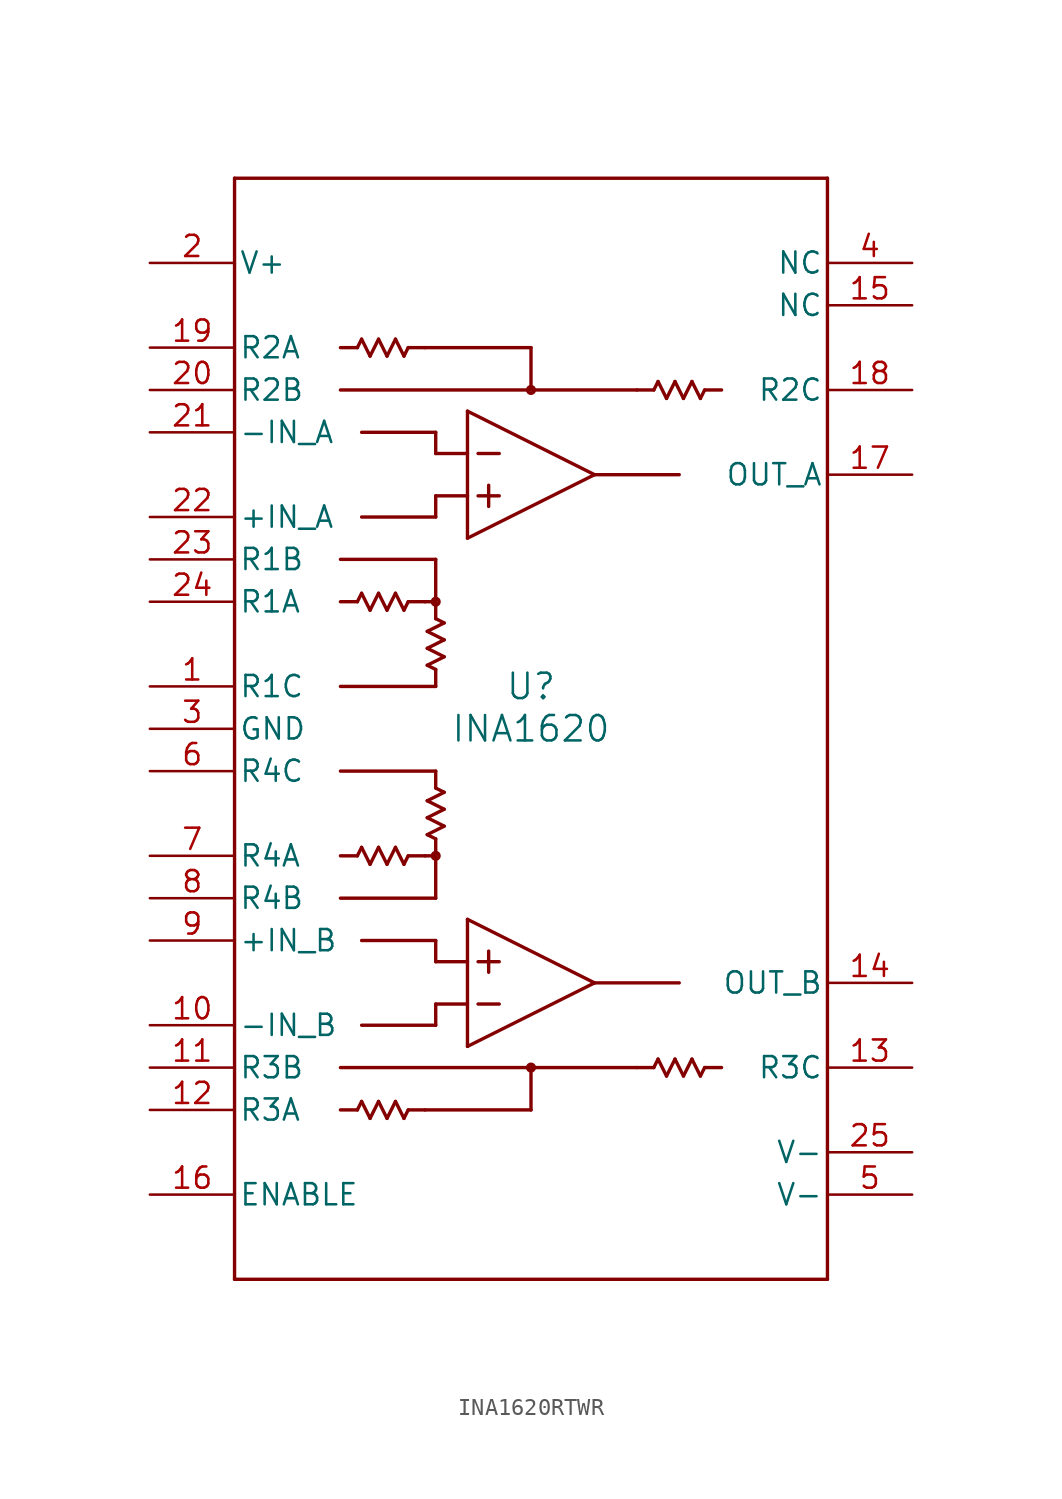
<source format=kicad_sym>
(kicad_symbol_lib
  (version 20241209)
  (generator "kicad_symbol_editor")
  (generator_version "9.0")
  (symbol "INA1620RTWR"
    (pin_names
      (offset 0.254))
    (property "Reference" "U"
      (at 0 2.54 0)
      (effects (font (size 1.524 1.524))))
    (property "Value" "INA1620"
      (at 0 0 0)
      (effects (font (size 1.524 1.524))))
    (symbol "INA1620RTWR_0_1"
      (polyline (pts (xy -17.78 33.02) (xy -17.78 -33.02)) (stroke (width 0.203) (type default)) (fill (type none)))
      (polyline (pts (xy -17.78 -33.02) (xy 17.78 -33.02)) (stroke (width 0.203) (type default)) (fill (type none)))
      (polyline (pts (xy -11.43 20.32) (xy 6.35 20.32)) (stroke (width 0.203) (type default)) (fill (type none)))
      (polyline (pts (xy -11.43 10.16) (xy -5.715 10.16)) (stroke (width 0.203) (type default)) (fill (type none)))
      (polyline (pts (xy -11.43 -10.16) (xy -5.715 -10.16)) (stroke (width 0.203) (type default)) (fill (type none)))
      (polyline (pts (xy -11.43 -20.32) (xy 6.35 -20.32)) (stroke (width 0.203) (type default)) (fill (type none)))
      (polyline (pts (xy -10.414 22.86) (xy -11.43 22.86)) (stroke (width 0.203) (type default)) (fill (type none)))
      (polyline (pts (xy -10.414 7.62) (xy -11.43 7.62)) (stroke (width 0.203) (type default)) (fill (type none)))
      (polyline (pts (xy -10.414 -7.62) (xy -11.43 -7.62)) (stroke (width 0.203) (type default)) (fill (type none)))
      (polyline (pts (xy -10.414 -22.86) (xy -11.43 -22.86)) (stroke (width 0.203) (type default)) (fill (type none)))
      (polyline (pts (xy -10.16 23.368) (xy -10.414 22.86)) (stroke (width 0.203) (type default)) (fill (type none)))
      (polyline (pts (xy -10.16 17.78) (xy -5.715 17.78)) (stroke (width 0.203) (type default)) (fill (type none)))
      (polyline (pts (xy -10.16 12.7) (xy -5.715 12.7)) (stroke (width 0.203) (type default)) (fill (type none)))
      (polyline (pts (xy -10.16 8.128) (xy -10.414 7.62)) (stroke (width 0.203) (type default)) (fill (type none)))
      (polyline (pts (xy -10.16 -7.112) (xy -10.414 -7.62)) (stroke (width 0.203) (type default)) (fill (type none)))
      (polyline (pts (xy -10.16 -12.7) (xy -5.715 -12.7)) (stroke (width 0.203) (type default)) (fill (type none)))
      (polyline (pts (xy -10.16 -17.78) (xy -5.715 -17.78)) (stroke (width 0.203) (type default)) (fill (type none)))
      (polyline (pts (xy -10.16 -22.352) (xy -10.414 -22.86)) (stroke (width 0.203) (type default)) (fill (type none)))
      (polyline (pts (xy -9.652 22.352) (xy -10.16 23.368)) (stroke (width 0.203) (type default)) (fill (type none)))
      (polyline (pts (xy -9.652 7.112) (xy -10.16 8.128)) (stroke (width 0.203) (type default)) (fill (type none)))
      (polyline (pts (xy -9.652 -8.128) (xy -10.16 -7.112)) (stroke (width 0.203) (type default)) (fill (type none)))
      (polyline (pts (xy -9.652 -23.368) (xy -10.16 -22.352)) (stroke (width 0.203) (type default)) (fill (type none)))
      (polyline (pts (xy -9.144 23.368) (xy -9.652 22.352)) (stroke (width 0.203) (type default)) (fill (type none)))
      (polyline (pts (xy -9.144 8.128) (xy -9.652 7.112)) (stroke (width 0.203) (type default)) (fill (type none)))
      (polyline (pts (xy -9.144 -7.112) (xy -9.652 -8.128)) (stroke (width 0.203) (type default)) (fill (type none)))
      (polyline (pts (xy -9.144 -22.352) (xy -9.652 -23.368)) (stroke (width 0.203) (type default)) (fill (type none)))
      (polyline (pts (xy -8.636 22.352) (xy -9.144 23.368)) (stroke (width 0.203) (type default)) (fill (type none)))
      (polyline (pts (xy -8.636 7.112) (xy -9.144 8.128)) (stroke (width 0.203) (type default)) (fill (type none)))
      (polyline (pts (xy -8.636 -8.128) (xy -9.144 -7.112)) (stroke (width 0.203) (type default)) (fill (type none)))
      (polyline (pts (xy -8.636 -23.368) (xy -9.144 -22.352)) (stroke (width 0.203) (type default)) (fill (type none)))
      (polyline (pts (xy -8.128 23.368) (xy -8.636 22.352)) (stroke (width 0.203) (type default)) (fill (type none)))
      (polyline (pts (xy -8.128 8.128) (xy -8.636 7.112)) (stroke (width 0.203) (type default)) (fill (type none)))
      (polyline (pts (xy -8.128 -7.112) (xy -8.636 -8.128)) (stroke (width 0.203) (type default)) (fill (type none)))
      (polyline (pts (xy -8.128 -22.352) (xy -8.636 -23.368)) (stroke (width 0.203) (type default)) (fill (type none)))
      (polyline (pts (xy -7.62 22.352) (xy -8.128 23.368)) (stroke (width 0.203) (type default)) (fill (type none)))
      (polyline (pts (xy -7.62 7.112) (xy -8.128 8.128)) (stroke (width 0.203) (type default)) (fill (type none)))
      (polyline (pts (xy -7.62 -8.128) (xy -8.128 -7.112)) (stroke (width 0.203) (type default)) (fill (type none)))
      (polyline (pts (xy -7.62 -23.368) (xy -8.128 -22.352)) (stroke (width 0.203) (type default)) (fill (type none)))
      (polyline (pts (xy -7.366 22.86) (xy -7.62 22.352)) (stroke (width 0.203) (type default)) (fill (type none)))
      (polyline (pts (xy -7.366 7.62) (xy -7.62 7.112)) (stroke (width 0.203) (type default)) (fill (type none)))
      (polyline (pts (xy -7.366 -7.62) (xy -7.62 -8.128)) (stroke (width 0.203) (type default)) (fill (type none)))
      (polyline (pts (xy -7.366 -22.86) (xy -7.62 -23.368)) (stroke (width 0.203) (type default)) (fill (type none)))
      (polyline (pts (xy -6.35 22.86) (xy -7.366 22.86)) (stroke (width 0.203) (type default)) (fill (type none)))
      (polyline (pts (xy -6.35 22.86) (xy 0 22.86)) (stroke (width 0.203) (type default)) (fill (type none)))
      (polyline (pts (xy -6.35 7.62) (xy -7.366 7.62)) (stroke (width 0.203) (type default)) (fill (type none)))
      (polyline (pts (xy -6.35 7.62) (xy -5.715 7.62)) (stroke (width 0.203) (type default)) (fill (type none)))
      (polyline (pts (xy -6.35 -7.62) (xy -7.366 -7.62)) (stroke (width 0.203) (type default)) (fill (type none)))
      (polyline (pts (xy -6.35 -7.62) (xy -5.715 -7.62)) (stroke (width 0.203) (type default)) (fill (type none)))
      (polyline (pts (xy -6.35 -22.86) (xy -7.366 -22.86)) (stroke (width 0.203) (type default)) (fill (type none)))
      (polyline (pts (xy -6.35 -22.86) (xy 0 -22.86)) (stroke (width 0.203) (type default)) (fill (type none)))
      (polyline (pts (xy -6.223 5.842) (xy -5.207 5.334)) (stroke (width 0.203) (type default)) (fill (type none)))
      (polyline (pts (xy -6.223 4.826) (xy -5.207 4.318)) (stroke (width 0.203) (type default)) (fill (type none)))
      (polyline (pts (xy -6.223 3.81) (xy -5.715 3.556)) (stroke (width 0.203) (type default)) (fill (type none)))
      (polyline (pts (xy -6.223 -4.318) (xy -5.207 -4.826)) (stroke (width 0.203) (type default)) (fill (type none)))
      (polyline (pts (xy -6.223 -5.334) (xy -5.207 -5.842)) (stroke (width 0.203) (type default)) (fill (type none)))
      (polyline (pts (xy -6.223 -6.35) (xy -5.715 -6.604)) (stroke (width 0.203) (type default)) (fill (type none)))
      (polyline (pts (xy -5.715 17.78) (xy -5.715 16.51)) (stroke (width 0.203) (type default)) (fill (type none)))
      (polyline (pts (xy -5.715 16.51) (xy -3.81 16.51)) (stroke (width 0.203) (type default)) (fill (type none)))
      (polyline (pts (xy -5.715 13.97) (xy -3.81 13.97)) (stroke (width 0.203) (type default)) (fill (type none)))
      (polyline (pts (xy -5.715 12.7) (xy -5.715 13.97)) (stroke (width 0.203) (type default)) (fill (type none)))
      (polyline (pts (xy -5.715 10.16) (xy -5.715 7.62)) (stroke (width 0.203) (type default)) (fill (type none)))
      (circle (center -5.715 7.62) (radius 0.203) (stroke (width 0.203) (type default)) (fill (type none)))
      (polyline (pts (xy -5.715 7.62) (xy -5.715 6.604)) (stroke (width 0.203) (type default)) (fill (type none)))
      (polyline (pts (xy -5.715 6.604) (xy -5.207 6.35)) (stroke (width 0.203) (type default)) (fill (type none)))
      (polyline (pts (xy -5.715 3.556) (xy -5.715 2.54)) (stroke (width 0.203) (type default)) (fill (type none)))
      (polyline (pts (xy -5.715 2.54) (xy -11.43 2.54)) (stroke (width 0.203) (type default)) (fill (type none)))
      (polyline (pts (xy -5.715 -2.54) (xy -11.43 -2.54)) (stroke (width 0.203) (type default)) (fill (type none)))
      (polyline (pts (xy -5.715 -2.54) (xy -5.715 -3.556)) (stroke (width 0.203) (type default)) (fill (type none)))
      (polyline (pts (xy -5.715 -3.556) (xy -5.207 -3.81)) (stroke (width 0.203) (type default)) (fill (type none)))
      (polyline (pts (xy -5.715 -6.604) (xy -5.715 -7.62)) (stroke (width 0.203) (type default)) (fill (type none)))
      (circle (center -5.715 -7.62) (radius 0.203) (stroke (width 0.203) (type default)) (fill (type none)))
      (polyline (pts (xy -5.715 -10.16) (xy -5.715 -7.62)) (stroke (width 0.203) (type default)) (fill (type none)))
      (polyline (pts (xy -5.715 -12.7) (xy -5.715 -13.97)) (stroke (width 0.203) (type default)) (fill (type none)))
      (polyline (pts (xy -5.715 -13.97) (xy -3.81 -13.97)) (stroke (width 0.203) (type default)) (fill (type none)))
      (polyline (pts (xy -5.715 -16.51) (xy -3.81 -16.51)) (stroke (width 0.203) (type default)) (fill (type none)))
      (polyline (pts (xy -5.715 -17.78) (xy -5.715 -16.51)) (stroke (width 0.203) (type default)) (fill (type none)))
      (polyline (pts (xy -5.207 6.35) (xy -6.223 5.842)) (stroke (width 0.203) (type default)) (fill (type none)))
      (polyline (pts (xy -5.207 5.334) (xy -6.223 4.826)) (stroke (width 0.203) (type default)) (fill (type none)))
      (polyline (pts (xy -5.207 4.318) (xy -6.223 3.81)) (stroke (width 0.203) (type default)) (fill (type none)))
      (polyline (pts (xy -5.207 -3.81) (xy -6.223 -4.318)) (stroke (width 0.203) (type default)) (fill (type none)))
      (polyline (pts (xy -5.207 -4.826) (xy -6.223 -5.334)) (stroke (width 0.203) (type default)) (fill (type none)))
      (polyline (pts (xy -5.207 -5.842) (xy -6.223 -6.35)) (stroke (width 0.203) (type default)) (fill (type none)))
      (polyline (pts (xy -3.81 19.05) (xy -3.81 11.43)) (stroke (width 0.203) (type default)) (fill (type none)))
      (polyline (pts (xy -3.81 11.43) (xy 3.81 15.24)) (stroke (width 0.203) (type default)) (fill (type none)))
      (polyline (pts (xy -3.81 -11.43) (xy 3.81 -15.24)) (stroke (width 0.203) (type default)) (fill (type none)))
      (polyline (pts (xy -3.81 -19.05) (xy -3.81 -11.43)) (stroke (width 0.203) (type default)) (fill (type none)))
      (polyline (pts (xy -3.175 16.51) (xy -1.905 16.51)) (stroke (width 0.203) (type default)) (fill (type none)))
      (polyline (pts (xy -3.175 13.97) (xy -1.905 13.97)) (stroke (width 0.203) (type default)) (fill (type none)))
      (polyline (pts (xy -3.175 -13.97) (xy -1.905 -13.97)) (stroke (width 0.203) (type default)) (fill (type none)))
      (polyline (pts (xy -3.175 -16.51) (xy -1.905 -16.51)) (stroke (width 0.203) (type default)) (fill (type none)))
      (polyline (pts (xy -2.54 14.605) (xy -2.54 13.335)) (stroke (width 0.203) (type default)) (fill (type none)))
      (polyline (pts (xy -2.54 -14.605) (xy -2.54 -13.335)) (stroke (width 0.203) (type default)) (fill (type none)))
      (polyline (pts (xy 0 22.86) (xy 0 20.32)) (stroke (width 0.203) (type default)) (fill (type none)))
      (circle (center 0 20.32) (radius 0.203) (stroke (width 0.203) (type default)) (fill (type none)))
      (circle (center 0 -20.32) (radius 0.203) (stroke (width 0.203) (type default)) (fill (type none)))
      (polyline (pts (xy 0 -22.86) (xy 0 -20.32)) (stroke (width 0.203) (type default)) (fill (type none)))
      (polyline (pts (xy 3.81 15.24) (xy -3.81 19.05)) (stroke (width 0.203) (type default)) (fill (type none)))
      (polyline (pts (xy 3.81 15.24) (xy 8.89 15.24)) (stroke (width 0.203) (type default)) (fill (type none)))
      (polyline (pts (xy 3.81 -15.24) (xy -3.81 -19.05)) (stroke (width 0.203) (type default)) (fill (type none)))
      (polyline (pts (xy 3.81 -15.24) (xy 8.89 -15.24)) (stroke (width 0.203) (type default)) (fill (type none)))
      (polyline (pts (xy 7.366 20.32) (xy 6.35 20.32)) (stroke (width 0.203) (type default)) (fill (type none)))
      (polyline (pts (xy 7.366 -20.32) (xy 6.35 -20.32)) (stroke (width 0.203) (type default)) (fill (type none)))
      (polyline (pts (xy 7.62 20.828) (xy 7.366 20.32)) (stroke (width 0.203) (type default)) (fill (type none)))
      (polyline (pts (xy 7.62 -19.812) (xy 7.366 -20.32)) (stroke (width 0.203) (type default)) (fill (type none)))
      (polyline (pts (xy 8.128 19.812) (xy 7.62 20.828)) (stroke (width 0.203) (type default)) (fill (type none)))
      (polyline (pts (xy 8.128 -20.828) (xy 7.62 -19.812)) (stroke (width 0.203) (type default)) (fill (type none)))
      (polyline (pts (xy 8.636 20.828) (xy 8.128 19.812)) (stroke (width 0.203) (type default)) (fill (type none)))
      (polyline (pts (xy 8.636 -19.812) (xy 8.128 -20.828)) (stroke (width 0.203) (type default)) (fill (type none)))
      (polyline (pts (xy 9.144 19.812) (xy 8.636 20.828)) (stroke (width 0.203) (type default)) (fill (type none)))
      (polyline (pts (xy 9.144 -20.828) (xy 8.636 -19.812)) (stroke (width 0.203) (type default)) (fill (type none)))
      (polyline (pts (xy 9.652 20.828) (xy 9.144 19.812)) (stroke (width 0.203) (type default)) (fill (type none)))
      (polyline (pts (xy 9.652 -19.812) (xy 9.144 -20.828)) (stroke (width 0.203) (type default)) (fill (type none)))
      (polyline (pts (xy 10.16 19.812) (xy 9.652 20.828)) (stroke (width 0.203) (type default)) (fill (type none)))
      (polyline (pts (xy 10.16 -20.828) (xy 9.652 -19.812)) (stroke (width 0.203) (type default)) (fill (type none)))
      (polyline (pts (xy 10.414 20.32) (xy 10.16 19.812)) (stroke (width 0.203) (type default)) (fill (type none)))
      (polyline (pts (xy 10.414 -20.32) (xy 10.16 -20.828)) (stroke (width 0.203) (type default)) (fill (type none)))
      (polyline (pts (xy 11.43 20.32) (xy 10.414 20.32)) (stroke (width 0.203) (type default)) (fill (type none)))
      (polyline (pts (xy 11.43 -20.32) (xy 10.414 -20.32)) (stroke (width 0.203) (type default)) (fill (type none)))
      (polyline (pts (xy 17.78 33.02) (xy -17.78 33.02)) (stroke (width 0.203) (type default)) (fill (type none)))
      (polyline (pts (xy 17.78 -33.02) (xy 17.78 33.02)) (stroke (width 0.203) (type default)) (fill (type none)))
      (pin power_in line (at -22.86 27.94 0) (length 5.08) (name "V+" (effects (font (size 1.27 1.27)))) (number "2" (effects (font (size 1.27 1.27)))))
      (pin unspecified line (at -22.86 22.86 0) (length 5.08) (name "R2A" (effects (font (size 1.27 1.27)))) (number "19" (effects (font (size 1.27 1.27)))))
      (pin unspecified line (at -22.86 20.32 0) (length 5.08) (name "R2B" (effects (font (size 1.27 1.27)))) (number "20" (effects (font (size 1.27 1.27)))))
      (pin input line (at -22.86 17.78 0) (length 5.08) (name "-IN_A" (effects (font (size 1.27 1.27)))) (number "21" (effects (font (size 1.27 1.27)))))
      (pin input line (at -22.86 12.7 0) (length 5.08) (name "+IN_A" (effects (font (size 1.27 1.27)))) (number "22" (effects (font (size 1.27 1.27)))))
      (pin unspecified line (at -22.86 10.16 0) (length 5.08) (name "R1B" (effects (font (size 1.27 1.27)))) (number "23" (effects (font (size 1.27 1.27)))))
      (pin unspecified line (at -22.86 7.62 0) (length 5.08) (name "R1A" (effects (font (size 1.27 1.27)))) (number "24" (effects (font (size 1.27 1.27)))))
      (pin unspecified line (at -22.86 2.54 0) (length 5.08) (name "R1C" (effects (font (size 1.27 1.27)))) (number "1" (effects (font (size 1.27 1.27)))))
      (pin power_in line (at -22.86 0 0) (length 5.08) (name "GND" (effects (font (size 1.27 1.27)))) (number "3" (effects (font (size 1.27 1.27)))))
      (pin unspecified line (at -22.86 -2.54 0) (length 5.08) (name "R4C" (effects (font (size 1.27 1.27)))) (number "6" (effects (font (size 1.27 1.27)))))
      (pin unspecified line (at -22.86 -7.62 0) (length 5.08) (name "R4A" (effects (font (size 1.27 1.27)))) (number "7" (effects (font (size 1.27 1.27)))))
      (pin unspecified line (at -22.86 -10.16 0) (length 5.08) (name "R4B" (effects (font (size 1.27 1.27)))) (number "8" (effects (font (size 1.27 1.27)))))
      (pin input line (at -22.86 -12.7 0) (length 5.08) (name "+IN_B" (effects (font (size 1.27 1.27)))) (number "9" (effects (font (size 1.27 1.27)))))
      (pin input line (at -22.86 -17.78 0) (length 5.08) (name "-IN_B" (effects (font (size 1.27 1.27)))) (number "10" (effects (font (size 1.27 1.27)))))
      (pin unspecified line (at -22.86 -20.32 0) (length 5.08) (name "R3B" (effects (font (size 1.27 1.27)))) (number "11" (effects (font (size 1.27 1.27)))))
      (pin unspecified line (at -22.86 -22.86 0) (length 5.08) (name "R3A" (effects (font (size 1.27 1.27)))) (number "12" (effects (font (size 1.27 1.27)))))
      (pin input line (at -22.86 -27.94 0) (length 5.08) (name "ENABLE" (effects (font (size 1.27 1.27)))) (number "16" (effects (font (size 1.27 1.27)))))
      (pin unspecified line (at 22.86 27.94 180) (length 5.08) (name "NC" (effects (font (size 1.27 1.27)))) (number "4" (effects (font (size 1.27 1.27)))))
      (pin unspecified line (at 22.86 25.4 180) (length 5.08) (name "NC" (effects (font (size 1.27 1.27)))) (number "15" (effects (font (size 1.27 1.27)))))
      (pin unspecified line (at 22.86 20.32 180) (length 5.08) (name "R2C" (effects (font (size 1.27 1.27)))) (number "18" (effects (font (size 1.27 1.27)))))
      (pin output line (at 22.86 15.24 180) (length 5.08) (name "OUT_A" (effects (font (size 1.27 1.27)))) (number "17" (effects (font (size 1.27 1.27)))))
      (pin output line (at 22.86 -15.24 180) (length 5.08) (name "OUT_B" (effects (font (size 1.27 1.27)))) (number "14" (effects (font (size 1.27 1.27)))))
      (pin unspecified line (at 22.86 -20.32 180) (length 5.08) (name "R3C" (effects (font (size 1.27 1.27)))) (number "13" (effects (font (size 1.27 1.27)))))
      (pin power_in line (at 22.86 -25.4 180) (length 5.08) (name "V-" (effects (font (size 1.27 1.27)))) (number "25" (effects (font (size 1.27 1.27)))))
      (pin power_in line (at 22.86 -27.94 180) (length 5.08) (name "V-" (effects (font (size 1.27 1.27)))) (number "5" (effects (font (size 1.27 1.27))))))))
</source>
